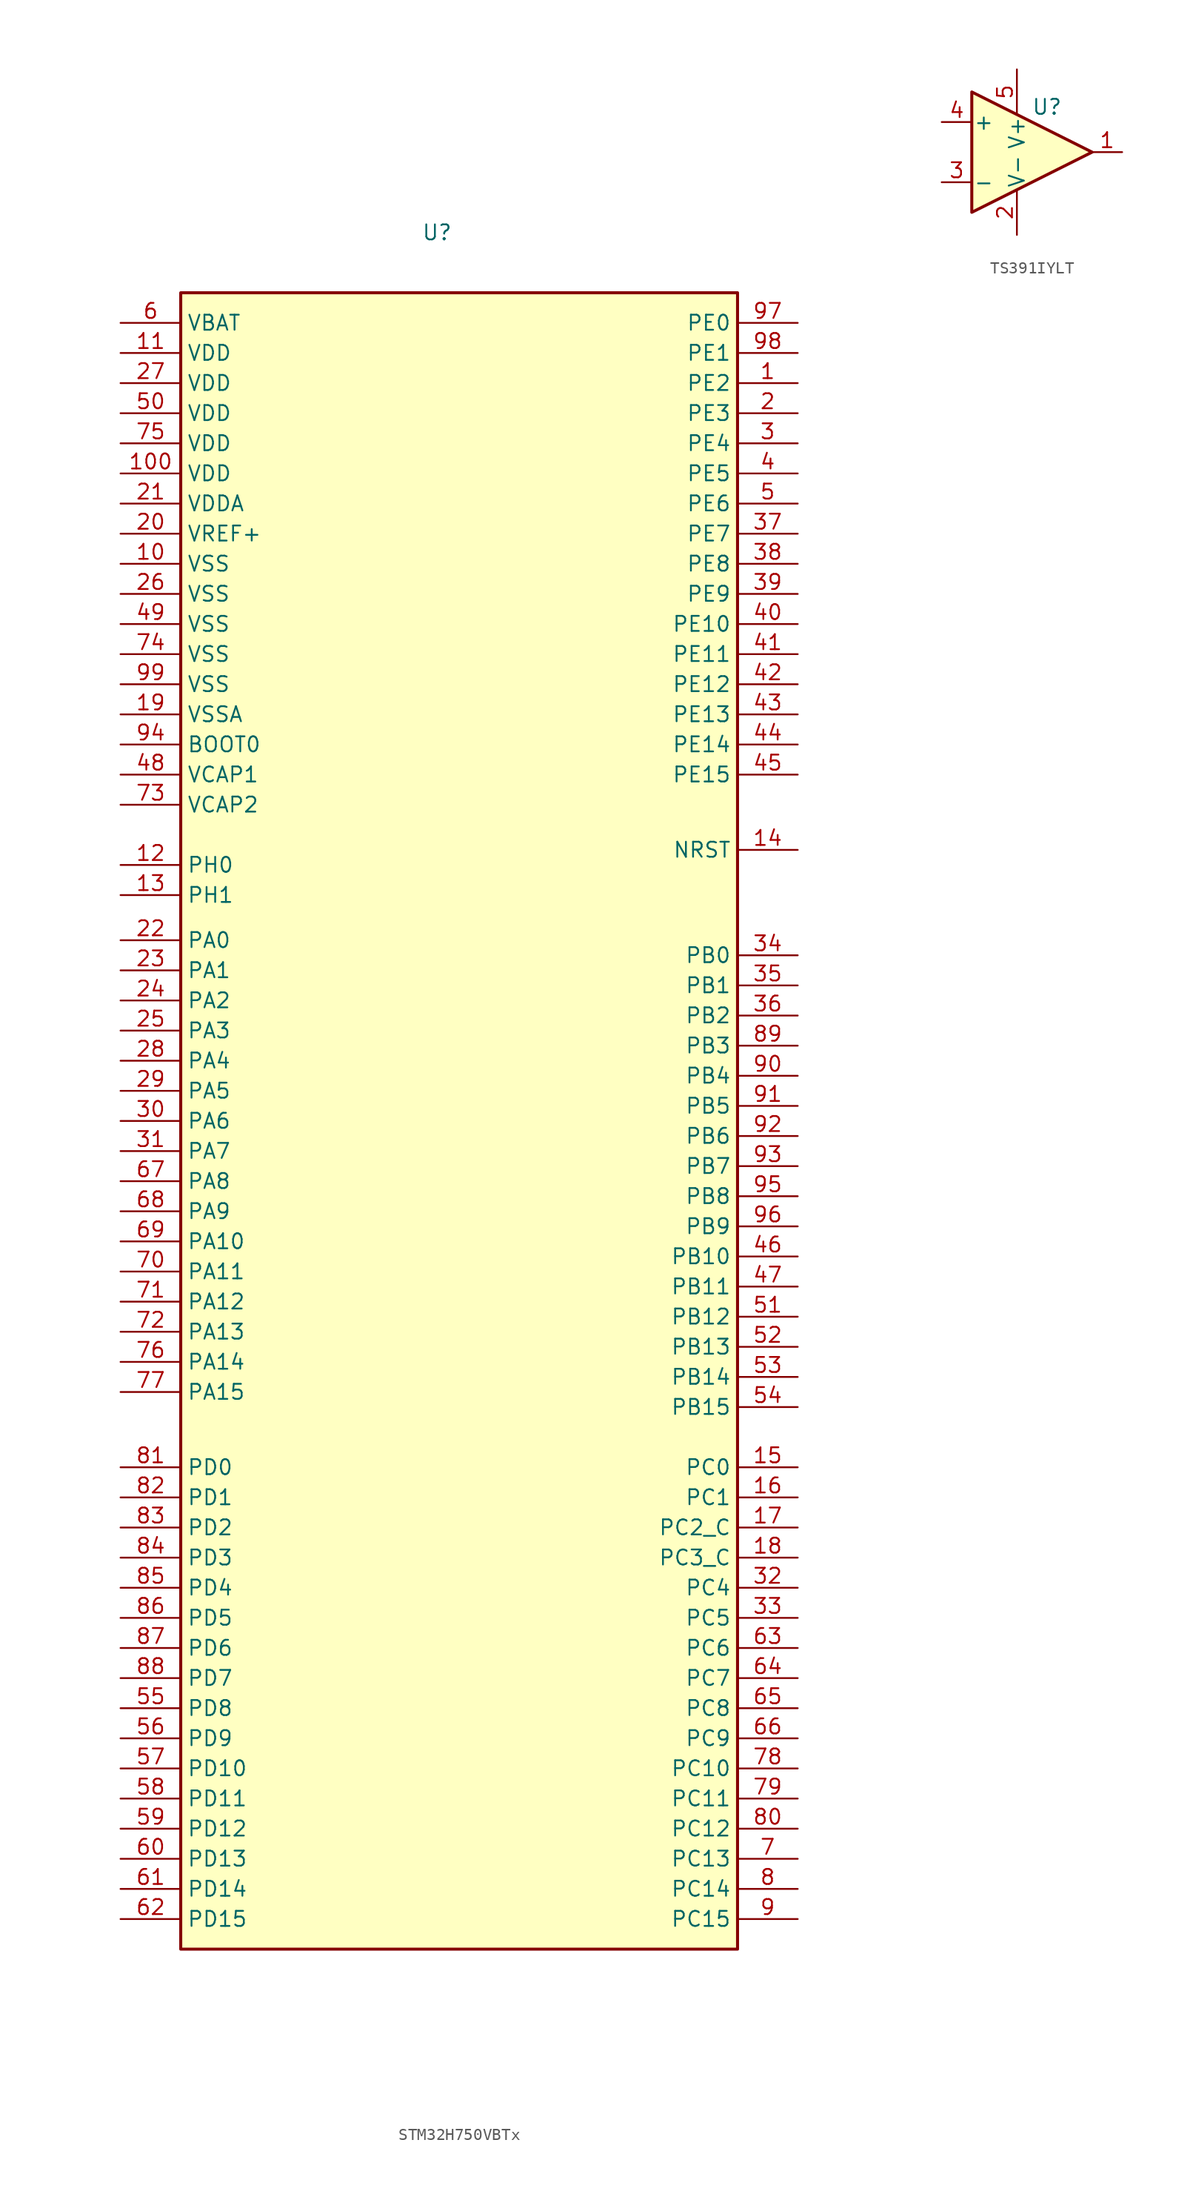
<source format=kicad_sym>
(kicad_symbol_lib
  (version 20211014)
  (generator kicad_symbol_editor)
  (symbol "STM32H750VBTx"
    (property "Reference" "U"
      (at -3.81 78.74 0)
      (effects (font (size 1.27 1.27)) (justify left)))
    (symbol "STM32H750VBTx_0_1"
      (rectangle (start -24.13 -66.04) (end 22.86 73.66) (stroke (width 0.254) (type default) (color 0 0 0 0)) (fill (type background))))
    (symbol "STM32H750VBTx_1_1"
      (pin bidirectional line (at 27.94 66.04 180) (length 5.08) (name "PE2" (effects (font (size 1.27 1.27)))) (number "1" (effects (font (size 1.27 1.27)))))
      (pin power_in line (at -29.21 50.8 0) (length 5.08) (name "VSS" (effects (font (size 1.27 1.27)))) (number "10" (effects (font (size 1.27 1.27)))))
      (pin power_in line (at -29.21 58.42 0) (length 5.08) (name "VDD" (effects (font (size 1.27 1.27)))) (number "100" (effects (font (size 1.27 1.27)))))
      (pin power_in line (at -29.21 68.58 0) (length 5.08) (name "VDD" (effects (font (size 1.27 1.27)))) (number "11" (effects (font (size 1.27 1.27)))))
      (pin input line (at -29.21 25.4 0) (length 5.08) (name "PH0" (effects (font (size 1.27 1.27)))) (number "12" (effects (font (size 1.27 1.27)))))
      (pin input line (at -29.21 22.86 0) (length 5.08) (name "PH1" (effects (font (size 1.27 1.27)))) (number "13" (effects (font (size 1.27 1.27)))))
      (pin input line (at 27.94 26.67 180) (length 5.08) (name "NRST" (effects (font (size 1.27 1.27)))) (number "14" (effects (font (size 1.27 1.27)))))
      (pin bidirectional line (at 27.94 -25.4 180) (length 5.08) (name "PC0" (effects (font (size 1.27 1.27)))) (number "15" (effects (font (size 1.27 1.27)))))
      (pin bidirectional line (at 27.94 -27.94 180) (length 5.08) (name "PC1" (effects (font (size 1.27 1.27)))) (number "16" (effects (font (size 1.27 1.27)))))
      (pin bidirectional line (at 27.94 -30.48 180) (length 5.08) (name "PC2_C" (effects (font (size 1.27 1.27)))) (number "17" (effects (font (size 1.27 1.27)))))
      (pin bidirectional line (at 27.94 -33.02 180) (length 5.08) (name "PC3_C" (effects (font (size 1.27 1.27)))) (number "18" (effects (font (size 1.27 1.27)))))
      (pin power_in line (at -29.21 38.1 0) (length 5.08) (name "VSSA" (effects (font (size 1.27 1.27)))) (number "19" (effects (font (size 1.27 1.27)))))
      (pin bidirectional line (at 27.94 63.5 180) (length 5.08) (name "PE3" (effects (font (size 1.27 1.27)))) (number "2" (effects (font (size 1.27 1.27)))))
      (pin power_in line (at -29.21 53.34 0) (length 5.08) (name "VREF+" (effects (font (size 1.27 1.27)))) (number "20" (effects (font (size 1.27 1.27)))))
      (pin power_in line (at -29.21 55.88 0) (length 5.08) (name "VDDA" (effects (font (size 1.27 1.27)))) (number "21" (effects (font (size 1.27 1.27)))))
      (pin bidirectional line (at -29.21 19.05 0) (length 5.08) (name "PA0" (effects (font (size 1.27 1.27)))) (number "22" (effects (font (size 1.27 1.27)))))
      (pin bidirectional line (at -29.21 16.51 0) (length 5.08) (name "PA1" (effects (font (size 1.27 1.27)))) (number "23" (effects (font (size 1.27 1.27)))))
      (pin bidirectional line (at -29.21 13.97 0) (length 5.08) (name "PA2" (effects (font (size 1.27 1.27)))) (number "24" (effects (font (size 1.27 1.27)))))
      (pin bidirectional line (at -29.21 11.43 0) (length 5.08) (name "PA3" (effects (font (size 1.27 1.27)))) (number "25" (effects (font (size 1.27 1.27)))))
      (pin power_in line (at -29.21 48.26 0) (length 5.08) (name "VSS" (effects (font (size 1.27 1.27)))) (number "26" (effects (font (size 1.27 1.27)))))
      (pin power_in line (at -29.21 66.04 0) (length 5.08) (name "VDD" (effects (font (size 1.27 1.27)))) (number "27" (effects (font (size 1.27 1.27)))))
      (pin bidirectional line (at -29.21 8.89 0) (length 5.08) (name "PA4" (effects (font (size 1.27 1.27)))) (number "28" (effects (font (size 1.27 1.27)))))
      (pin bidirectional line (at -29.21 6.35 0) (length 5.08) (name "PA5" (effects (font (size 1.27 1.27)))) (number "29" (effects (font (size 1.27 1.27)))))
      (pin bidirectional line (at 27.94 60.96 180) (length 5.08) (name "PE4" (effects (font (size 1.27 1.27)))) (number "3" (effects (font (size 1.27 1.27)))))
      (pin bidirectional line (at -29.21 3.81 0) (length 5.08) (name "PA6" (effects (font (size 1.27 1.27)))) (number "30" (effects (font (size 1.27 1.27)))))
      (pin bidirectional line (at -29.21 1.27 0) (length 5.08) (name "PA7" (effects (font (size 1.27 1.27)))) (number "31" (effects (font (size 1.27 1.27)))))
      (pin bidirectional line (at 27.94 -35.56 180) (length 5.08) (name "PC4" (effects (font (size 1.27 1.27)))) (number "32" (effects (font (size 1.27 1.27)))))
      (pin bidirectional line (at 27.94 -38.1 180) (length 5.08) (name "PC5" (effects (font (size 1.27 1.27)))) (number "33" (effects (font (size 1.27 1.27)))))
      (pin bidirectional line (at 27.94 17.78 180) (length 5.08) (name "PB0" (effects (font (size 1.27 1.27)))) (number "34" (effects (font (size 1.27 1.27)))))
      (pin bidirectional line (at 27.94 15.24 180) (length 5.08) (name "PB1" (effects (font (size 1.27 1.27)))) (number "35" (effects (font (size 1.27 1.27)))))
      (pin bidirectional line (at 27.94 12.7 180) (length 5.08) (name "PB2" (effects (font (size 1.27 1.27)))) (number "36" (effects (font (size 1.27 1.27)))))
      (pin bidirectional line (at 27.94 53.34 180) (length 5.08) (name "PE7" (effects (font (size 1.27 1.27)))) (number "37" (effects (font (size 1.27 1.27)))))
      (pin bidirectional line (at 27.94 50.8 180) (length 5.08) (name "PE8" (effects (font (size 1.27 1.27)))) (number "38" (effects (font (size 1.27 1.27)))))
      (pin bidirectional line (at 27.94 48.26 180) (length 5.08) (name "PE9" (effects (font (size 1.27 1.27)))) (number "39" (effects (font (size 1.27 1.27)))))
      (pin bidirectional line (at 27.94 58.42 180) (length 5.08) (name "PE5" (effects (font (size 1.27 1.27)))) (number "4" (effects (font (size 1.27 1.27)))))
      (pin bidirectional line (at 27.94 45.72 180) (length 5.08) (name "PE10" (effects (font (size 1.27 1.27)))) (number "40" (effects (font (size 1.27 1.27)))))
      (pin bidirectional line (at 27.94 43.18 180) (length 5.08) (name "PE11" (effects (font (size 1.27 1.27)))) (number "41" (effects (font (size 1.27 1.27)))))
      (pin bidirectional line (at 27.94 40.64 180) (length 5.08) (name "PE12" (effects (font (size 1.27 1.27)))) (number "42" (effects (font (size 1.27 1.27)))))
      (pin bidirectional line (at 27.94 38.1 180) (length 5.08) (name "PE13" (effects (font (size 1.27 1.27)))) (number "43" (effects (font (size 1.27 1.27)))))
      (pin bidirectional line (at 27.94 35.56 180) (length 5.08) (name "PE14" (effects (font (size 1.27 1.27)))) (number "44" (effects (font (size 1.27 1.27)))))
      (pin bidirectional line (at 27.94 33.02 180) (length 5.08) (name "PE15" (effects (font (size 1.27 1.27)))) (number "45" (effects (font (size 1.27 1.27)))))
      (pin bidirectional line (at 27.94 -7.62 180) (length 5.08) (name "PB10" (effects (font (size 1.27 1.27)))) (number "46" (effects (font (size 1.27 1.27)))))
      (pin bidirectional line (at 27.94 -10.16 180) (length 5.08) (name "PB11" (effects (font (size 1.27 1.27)))) (number "47" (effects (font (size 1.27 1.27)))))
      (pin passive line (at -29.21 33.02 0) (length 5.08) (name "VCAP1" (effects (font (size 1.27 1.27)))) (number "48" (effects (font (size 1.27 1.27)))))
      (pin power_in line (at -29.21 45.72 0) (length 5.08) (name "VSS" (effects (font (size 1.27 1.27)))) (number "49" (effects (font (size 1.27 1.27)))))
      (pin bidirectional line (at 27.94 55.88 180) (length 5.08) (name "PE6" (effects (font (size 1.27 1.27)))) (number "5" (effects (font (size 1.27 1.27)))))
      (pin power_in line (at -29.21 63.5 0) (length 5.08) (name "VDD" (effects (font (size 1.27 1.27)))) (number "50" (effects (font (size 1.27 1.27)))))
      (pin bidirectional line (at 27.94 -12.7 180) (length 5.08) (name "PB12" (effects (font (size 1.27 1.27)))) (number "51" (effects (font (size 1.27 1.27)))))
      (pin bidirectional line (at 27.94 -15.24 180) (length 5.08) (name "PB13" (effects (font (size 1.27 1.27)))) (number "52" (effects (font (size 1.27 1.27)))))
      (pin bidirectional line (at 27.94 -17.78 180) (length 5.08) (name "PB14" (effects (font (size 1.27 1.27)))) (number "53" (effects (font (size 1.27 1.27)))))
      (pin bidirectional line (at 27.94 -20.32 180) (length 5.08) (name "PB15" (effects (font (size 1.27 1.27)))) (number "54" (effects (font (size 1.27 1.27)))))
      (pin bidirectional line (at -29.21 -45.72 0) (length 5.08) (name "PD8" (effects (font (size 1.27 1.27)))) (number "55" (effects (font (size 1.27 1.27)))))
      (pin bidirectional line (at -29.21 -48.26 0) (length 5.08) (name "PD9" (effects (font (size 1.27 1.27)))) (number "56" (effects (font (size 1.27 1.27)))))
      (pin bidirectional line (at -29.21 -50.8 0) (length 5.08) (name "PD10" (effects (font (size 1.27 1.27)))) (number "57" (effects (font (size 1.27 1.27)))))
      (pin bidirectional line (at -29.21 -53.34 0) (length 5.08) (name "PD11" (effects (font (size 1.27 1.27)))) (number "58" (effects (font (size 1.27 1.27)))))
      (pin bidirectional line (at -29.21 -55.88 0) (length 5.08) (name "PD12" (effects (font (size 1.27 1.27)))) (number "59" (effects (font (size 1.27 1.27)))))
      (pin power_in line (at -29.21 71.12 0) (length 5.08) (name "VBAT" (effects (font (size 1.27 1.27)))) (number "6" (effects (font (size 1.27 1.27)))))
      (pin bidirectional line (at -29.21 -58.42 0) (length 5.08) (name "PD13" (effects (font (size 1.27 1.27)))) (number "60" (effects (font (size 1.27 1.27)))))
      (pin bidirectional line (at -29.21 -60.96 0) (length 5.08) (name "PD14" (effects (font (size 1.27 1.27)))) (number "61" (effects (font (size 1.27 1.27)))))
      (pin bidirectional line (at -29.21 -63.5 0) (length 5.08) (name "PD15" (effects (font (size 1.27 1.27)))) (number "62" (effects (font (size 1.27 1.27)))))
      (pin bidirectional line (at 27.94 -40.64 180) (length 5.08) (name "PC6" (effects (font (size 1.27 1.27)))) (number "63" (effects (font (size 1.27 1.27)))))
      (pin bidirectional line (at 27.94 -43.18 180) (length 5.08) (name "PC7" (effects (font (size 1.27 1.27)))) (number "64" (effects (font (size 1.27 1.27)))))
      (pin bidirectional line (at 27.94 -45.72 180) (length 5.08) (name "PC8" (effects (font (size 1.27 1.27)))) (number "65" (effects (font (size 1.27 1.27)))))
      (pin bidirectional line (at 27.94 -48.26 180) (length 5.08) (name "PC9" (effects (font (size 1.27 1.27)))) (number "66" (effects (font (size 1.27 1.27)))))
      (pin bidirectional line (at -29.21 -1.27 0) (length 5.08) (name "PA8" (effects (font (size 1.27 1.27)))) (number "67" (effects (font (size 1.27 1.27)))))
      (pin bidirectional line (at -29.21 -3.81 0) (length 5.08) (name "PA9" (effects (font (size 1.27 1.27)))) (number "68" (effects (font (size 1.27 1.27)))))
      (pin bidirectional line (at -29.21 -6.35 0) (length 5.08) (name "PA10" (effects (font (size 1.27 1.27)))) (number "69" (effects (font (size 1.27 1.27)))))
      (pin bidirectional line (at 27.94 -58.42 180) (length 5.08) (name "PC13" (effects (font (size 1.27 1.27)))) (number "7" (effects (font (size 1.27 1.27)))))
      (pin bidirectional line (at -29.21 -8.89 0) (length 5.08) (name "PA11" (effects (font (size 1.27 1.27)))) (number "70" (effects (font (size 1.27 1.27)))))
      (pin bidirectional line (at -29.21 -11.43 0) (length 5.08) (name "PA12" (effects (font (size 1.27 1.27)))) (number "71" (effects (font (size 1.27 1.27)))))
      (pin bidirectional line (at -29.21 -13.97 0) (length 5.08) (name "PA13" (effects (font (size 1.27 1.27)))) (number "72" (effects (font (size 1.27 1.27)))))
      (pin passive line (at -29.21 30.48 0) (length 5.08) (name "VCAP2" (effects (font (size 1.27 1.27)))) (number "73" (effects (font (size 1.27 1.27)))))
      (pin power_in line (at -29.21 43.18 0) (length 5.08) (name "VSS" (effects (font (size 1.27 1.27)))) (number "74" (effects (font (size 1.27 1.27)))))
      (pin power_in line (at -29.21 60.96 0) (length 5.08) (name "VDD" (effects (font (size 1.27 1.27)))) (number "75" (effects (font (size 1.27 1.27)))))
      (pin bidirectional line (at -29.21 -16.51 0) (length 5.08) (name "PA14" (effects (font (size 1.27 1.27)))) (number "76" (effects (font (size 1.27 1.27)))))
      (pin bidirectional line (at -29.21 -19.05 0) (length 5.08) (name "PA15" (effects (font (size 1.27 1.27)))) (number "77" (effects (font (size 1.27 1.27)))))
      (pin bidirectional line (at 27.94 -50.8 180) (length 5.08) (name "PC10" (effects (font (size 1.27 1.27)))) (number "78" (effects (font (size 1.27 1.27)))))
      (pin bidirectional line (at 27.94 -53.34 180) (length 5.08) (name "PC11" (effects (font (size 1.27 1.27)))) (number "79" (effects (font (size 1.27 1.27)))))
      (pin bidirectional line (at 27.94 -60.96 180) (length 5.08) (name "PC14" (effects (font (size 1.27 1.27)))) (number "8" (effects (font (size 1.27 1.27)))))
      (pin bidirectional line (at 27.94 -55.88 180) (length 5.08) (name "PC12" (effects (font (size 1.27 1.27)))) (number "80" (effects (font (size 1.27 1.27)))))
      (pin bidirectional line (at -29.21 -25.4 0) (length 5.08) (name "PD0" (effects (font (size 1.27 1.27)))) (number "81" (effects (font (size 1.27 1.27)))))
      (pin bidirectional line (at -29.21 -27.94 0) (length 5.08) (name "PD1" (effects (font (size 1.27 1.27)))) (number "82" (effects (font (size 1.27 1.27)))))
      (pin bidirectional line (at -29.21 -30.48 0) (length 5.08) (name "PD2" (effects (font (size 1.27 1.27)))) (number "83" (effects (font (size 1.27 1.27)))))
      (pin bidirectional line (at -29.21 -33.02 0) (length 5.08) (name "PD3" (effects (font (size 1.27 1.27)))) (number "84" (effects (font (size 1.27 1.27)))))
      (pin bidirectional line (at -29.21 -35.56 0) (length 5.08) (name "PD4" (effects (font (size 1.27 1.27)))) (number "85" (effects (font (size 1.27 1.27)))))
      (pin bidirectional line (at -29.21 -38.1 0) (length 5.08) (name "PD5" (effects (font (size 1.27 1.27)))) (number "86" (effects (font (size 1.27 1.27)))))
      (pin bidirectional line (at -29.21 -40.64 0) (length 5.08) (name "PD6" (effects (font (size 1.27 1.27)))) (number "87" (effects (font (size 1.27 1.27)))))
      (pin bidirectional line (at -29.21 -43.18 0) (length 5.08) (name "PD7" (effects (font (size 1.27 1.27)))) (number "88" (effects (font (size 1.27 1.27)))))
      (pin bidirectional line (at 27.94 10.16 180) (length 5.08) (name "PB3" (effects (font (size 1.27 1.27)))) (number "89" (effects (font (size 1.27 1.27)))))
      (pin bidirectional line (at 27.94 -63.5 180) (length 5.08) (name "PC15" (effects (font (size 1.27 1.27)))) (number "9" (effects (font (size 1.27 1.27)))))
      (pin bidirectional line (at 27.94 7.62 180) (length 5.08) (name "PB4" (effects (font (size 1.27 1.27)))) (number "90" (effects (font (size 1.27 1.27)))))
      (pin bidirectional line (at 27.94 5.08 180) (length 5.08) (name "PB5" (effects (font (size 1.27 1.27)))) (number "91" (effects (font (size 1.27 1.27)))))
      (pin bidirectional line (at 27.94 2.54 180) (length 5.08) (name "PB6" (effects (font (size 1.27 1.27)))) (number "92" (effects (font (size 1.27 1.27)))))
      (pin bidirectional line (at 27.94 0 180) (length 5.08) (name "PB7" (effects (font (size 1.27 1.27)))) (number "93" (effects (font (size 1.27 1.27)))))
      (pin input line (at -29.21 35.56 0) (length 5.08) (name "BOOT0" (effects (font (size 1.27 1.27)))) (number "94" (effects (font (size 1.27 1.27)))))
      (pin bidirectional line (at 27.94 -2.54 180) (length 5.08) (name "PB8" (effects (font (size 1.27 1.27)))) (number "95" (effects (font (size 1.27 1.27)))))
      (pin bidirectional line (at 27.94 -5.08 180) (length 5.08) (name "PB9" (effects (font (size 1.27 1.27)))) (number "96" (effects (font (size 1.27 1.27)))))
      (pin bidirectional line (at 27.94 71.12 180) (length 5.08) (name "PE0" (effects (font (size 1.27 1.27)))) (number "97" (effects (font (size 1.27 1.27)))))
      (pin bidirectional line (at 27.94 68.58 180) (length 5.08) (name "PE1" (effects (font (size 1.27 1.27)))) (number "98" (effects (font (size 1.27 1.27)))))
      (pin power_in line (at -29.21 40.64 0) (length 5.08) (name "VSS" (effects (font (size 1.27 1.27)))) (number "99" (effects (font (size 1.27 1.27)))))))
  (symbol "TS391IYLT"
    (pin_names
      (offset 0.127))
    (property "Reference" "U"
      (at 1.27 3.81 0)
      (effects (font (size 1.27 1.27))))
    (symbol "TS391IYLT_0_1"
      (polyline (pts (xy -5.08 5.08) (xy 5.08 0) (xy -5.08 -5.08) (xy -5.08 5.08)) (stroke (width 0.254) (type default) (color 0 0 0 0)) (fill (type background))))
    (symbol "TS391IYLT_1_1"
      (pin open_collector line (at 7.62 0 180) (length 2.54) (name "~" (effects (font (size 1.27 1.27)))) (number "1" (effects (font (size 1.27 1.27)))))
      (pin power_in line (at -1.27 -6.985 90) (length 3.81) (name "V-" (effects (font (size 1.27 1.27)))) (number "2" (effects (font (size 1.27 1.27)))))
      (pin input line (at -7.62 -2.54 0) (length 2.54) (name "-" (effects (font (size 1.27 1.27)))) (number "3" (effects (font (size 1.27 1.27)))))
      (pin input line (at -7.62 2.54 0) (length 2.54) (name "+" (effects (font (size 1.27 1.27)))) (number "4" (effects (font (size 1.27 1.27)))))
      (pin passive line (at -1.27 6.985 270) (length 3.81) (name "V+" (effects (font (size 1.27 1.27)))) (number "5" (effects (font (size 1.27 1.27))))))))
</source>
